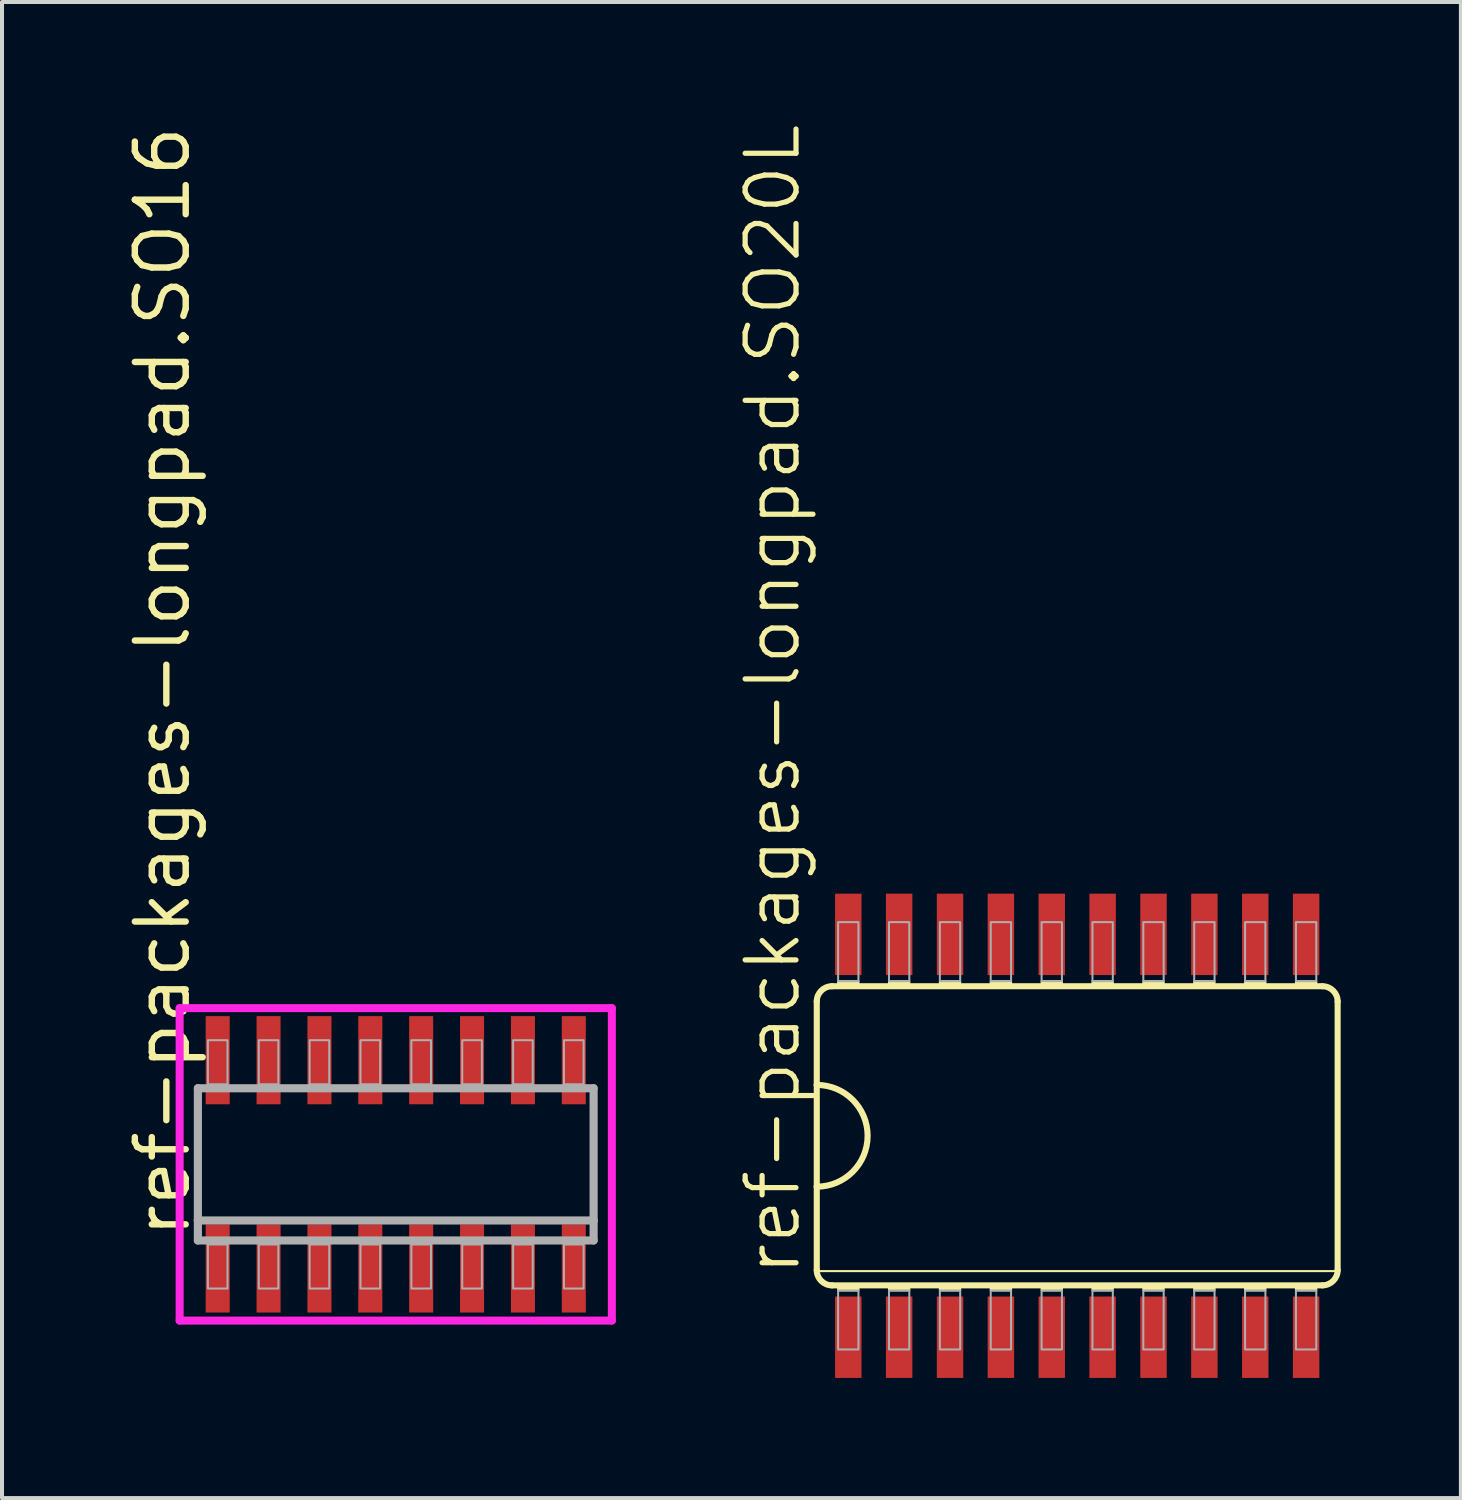
<source format=kicad_pcb>
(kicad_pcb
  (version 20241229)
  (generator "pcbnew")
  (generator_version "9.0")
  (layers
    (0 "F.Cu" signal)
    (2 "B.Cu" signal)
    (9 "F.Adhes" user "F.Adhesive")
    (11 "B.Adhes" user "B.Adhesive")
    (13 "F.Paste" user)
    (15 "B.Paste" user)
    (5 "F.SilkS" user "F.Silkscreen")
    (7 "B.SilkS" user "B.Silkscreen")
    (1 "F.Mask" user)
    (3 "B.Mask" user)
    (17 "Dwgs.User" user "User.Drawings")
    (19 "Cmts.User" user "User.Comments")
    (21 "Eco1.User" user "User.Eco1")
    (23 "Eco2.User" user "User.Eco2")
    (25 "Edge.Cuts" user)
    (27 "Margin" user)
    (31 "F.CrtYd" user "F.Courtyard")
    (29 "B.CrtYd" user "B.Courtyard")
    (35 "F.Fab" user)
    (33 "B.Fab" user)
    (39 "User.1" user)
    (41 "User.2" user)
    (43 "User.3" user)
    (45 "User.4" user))
  (footprint "ref-packages-longpad.SO16"
    (layer "F.Cu")
    (at 6.83 26.019)
    (property "Reference" "ref-packages-longpad.SO16" (at -5.08 1.905 90) (layer "F.SilkS") (effects (font (size 1.27 1.27) (thickness 0.16)) (justify left bottom)))
    (attr smd)
    (fp_line (start -5.395 -3.9) (end 5.395 -3.9) (stroke (width 0.2) (type default)) (layer "F.CrtYd"))
    (fp_line (start -5.395 3.9) (end -5.395 -3.9) (stroke (width 0.2) (type default)) (layer "F.CrtYd"))
    (fp_line (start 5.395 -3.9) (end 5.395 3.9) (stroke (width 0.2) (type default)) (layer "F.CrtYd"))
    (fp_line (start 5.395 3.9) (end -5.395 3.9) (stroke (width 0.2) (type default)) (layer "F.CrtYd"))
    (fp_line (start -4.94 -1.9) (end 4.94 -1.9) (stroke (width 0.203) (type default)) (layer "F.Fab"))
    (fp_line (start -4.94 1.4) (end -4.94 -1.9) (stroke (width 0.203) (type default)) (layer "F.Fab"))
    (fp_line (start -4.94 1.9) (end -4.94 1.4) (stroke (width 0.203) (type default)) (layer "F.Fab"))
    (fp_line (start 4.94 -1.9) (end 4.94 1.4) (stroke (width 0.203) (type default)) (layer "F.Fab"))
    (fp_line (start 4.94 1.4) (end -4.94 1.4) (stroke (width 0.203) (type default)) (layer "F.Fab"))
    (fp_line (start 4.94 1.4) (end 4.94 1.9) (stroke (width 0.203) (type default)) (layer "F.Fab"))
    (fp_line (start 4.94 1.9) (end -4.94 1.9) (stroke (width 0.203) (type default)) (layer "F.Fab"))
    (fp_rect (start -4.69 -2) (end -4.2 -3.1) (stroke (width 0.05) (type default)) (fill no) (layer "F.Fab"))
    (fp_rect (start -4.69 3.1) (end -4.2 2) (stroke (width 0.05) (type default)) (fill no) (layer "F.Fab"))
    (fp_rect (start -3.42 -2) (end -2.93 -3.1) (stroke (width 0.05) (type default)) (fill no) (layer "F.Fab"))
    (fp_rect (start -3.42 3.1) (end -2.93 2) (stroke (width 0.05) (type default)) (fill no) (layer "F.Fab"))
    (fp_rect (start -2.15 -2) (end -1.66 -3.1) (stroke (width 0.05) (type default)) (fill no) (layer "F.Fab"))
    (fp_rect (start -2.15 3.1) (end -1.66 2) (stroke (width 0.05) (type default)) (fill no) (layer "F.Fab"))
    (fp_rect (start -0.88 -2) (end -0.39 -3.1) (stroke (width 0.05) (type default)) (fill no) (layer "F.Fab"))
    (fp_rect (start -0.88 3.1) (end -0.39 2) (stroke (width 0.05) (type default)) (fill no) (layer "F.Fab"))
    (fp_rect (start 0.39 -2) (end 0.88 -3.1) (stroke (width 0.05) (type default)) (fill no) (layer "F.Fab"))
    (fp_rect (start 0.39 3.1) (end 0.88 2) (stroke (width 0.05) (type default)) (fill no) (layer "F.Fab"))
    (fp_rect (start 1.66 -2) (end 2.15 -3.1) (stroke (width 0.05) (type default)) (fill no) (layer "F.Fab"))
    (fp_rect (start 1.66 3.1) (end 2.15 2) (stroke (width 0.05) (type default)) (fill no) (layer "F.Fab"))
    (fp_rect (start 2.93 -2) (end 3.42 -3.1) (stroke (width 0.05) (type default)) (fill no) (layer "F.Fab"))
    (fp_rect (start 2.93 3.1) (end 3.42 2) (stroke (width 0.05) (type default)) (fill no) (layer "F.Fab"))
    (fp_rect (start 4.2 -2) (end 4.69 -3.1) (stroke (width 0.05) (type default)) (fill no) (layer "F.Fab"))
    (fp_rect (start 4.2 3.1) (end 4.69 2) (stroke (width 0.05) (type default)) (fill no) (layer "F.Fab"))
    (pad "1" smd roundrect (at -4.445 2.6) (size 0.6 2.2) (layers "F.Cu" "F.Mask" "F.Paste") (roundrect_rratio 0.01))
    (pad "2" smd roundrect (at -3.175 2.6) (size 0.6 2.2) (layers "F.Cu" "F.Mask" "F.Paste") (roundrect_rratio 0.01))
    (pad "3" smd roundrect (at -1.905 2.6) (size 0.6 2.2) (layers "F.Cu" "F.Mask" "F.Paste") (roundrect_rratio 0.01))
    (pad "4" smd roundrect (at -0.635 2.6) (size 0.6 2.2) (layers "F.Cu" "F.Mask" "F.Paste") (roundrect_rratio 0.01))
    (pad "5" smd roundrect (at 0.635 2.6) (size 0.6 2.2) (layers "F.Cu" "F.Mask" "F.Paste") (roundrect_rratio 0.01))
    (pad "6" smd roundrect (at 1.905 2.6) (size 0.6 2.2) (layers "F.Cu" "F.Mask" "F.Paste") (roundrect_rratio 0.01))
    (pad "7" smd roundrect (at 3.175 2.6) (size 0.6 2.2) (layers "F.Cu" "F.Mask" "F.Paste") (roundrect_rratio 0.01))
    (pad "8" smd roundrect (at 4.445 2.6) (size 0.6 2.2) (layers "F.Cu" "F.Mask" "F.Paste") (roundrect_rratio 0.01))
    (pad "9" smd roundrect (at 4.445 -2.6) (size 0.6 2.2) (layers "F.Cu" "F.Mask" "F.Paste") (roundrect_rratio 0.01))
    (pad "10" smd roundrect (at 3.175 -2.6) (size 0.6 2.2) (layers "F.Cu" "F.Mask" "F.Paste") (roundrect_rratio 0.01))
    (pad "11" smd roundrect (at 1.905 -2.6) (size 0.6 2.2) (layers "F.Cu" "F.Mask" "F.Paste") (roundrect_rratio 0.01))
    (pad "12" smd roundrect (at 0.635 -2.6) (size 0.6 2.2) (layers "F.Cu" "F.Mask" "F.Paste") (roundrect_rratio 0.01))
    (pad "13" smd roundrect (at -0.635 -2.6) (size 0.6 2.2) (layers "F.Cu" "F.Mask" "F.Paste") (roundrect_rratio 0.01))
    (pad "14" smd roundrect (at -1.905 -2.6) (size 0.6 2.2) (layers "F.Cu" "F.Mask" "F.Paste") (roundrect_rratio 0.01))
    (pad "15" smd roundrect (at -3.175 -2.6) (size 0.6 2.2) (layers "F.Cu" "F.Mask" "F.Paste") (roundrect_rratio 0.01))
    (pad "16" smd roundrect (at -4.445 -2.6) (size 0.6 2.2) (layers "F.Cu" "F.Mask" "F.Paste") (roundrect_rratio 0.01)))
  (footprint "ref-packages-longpad.SO20L"
    (layer "F.Cu")
    (at 23.843 25.306)
    (property "Reference" "ref-packages-longpad.SO20L" (at -6.858 3.556 90) (layer "F.SilkS") (effects (font (size 1.27 1.27) (thickness 0.13)) (justify left bottom)))
    (attr smd)
    (fp_line (start -6.502 -3.353) (end -6.502 -1.27) (stroke (width 0.152) (type default)) (layer "F.SilkS"))
    (fp_line (start -6.502 -1.27) (end -6.502 1.27) (stroke (width 0.152) (type default)) (layer "F.SilkS"))
    (fp_line (start -6.502 1.27) (end -6.502 3.353) (stroke (width 0.152) (type default)) (layer "F.SilkS"))
    (fp_line (start -6.477 3.378) (end 6.477 3.378) (stroke (width 0.051) (type default)) (layer "F.SilkS"))
    (fp_line (start -6.121 3.734) (end 6.121 3.734) (stroke (width 0.152) (type default)) (layer "F.SilkS"))
    (fp_line (start 6.121 -3.734) (end -6.121 -3.734) (stroke (width 0.152) (type default)) (layer "F.SilkS"))
    (fp_line (start 6.502 3.353) (end 6.502 -3.353) (stroke (width 0.152) (type default)) (layer "F.SilkS"))
    (fp_rect (start -5.969 -3.734) (end -5.461 -3.861) (stroke (width 0.05) (type default)) (fill yes) (layer "F.SilkS"))
    (fp_rect (start -5.969 3.861) (end -5.461 3.734) (stroke (width 0.05) (type default)) (fill yes) (layer "F.SilkS"))
    (fp_rect (start -4.699 -3.734) (end -4.191 -3.861) (stroke (width 0.05) (type default)) (fill yes) (layer "F.SilkS"))
    (fp_rect (start -4.699 3.861) (end -4.191 3.734) (stroke (width 0.05) (type default)) (fill yes) (layer "F.SilkS"))
    (fp_rect (start -3.429 -3.734) (end -2.921 -3.861) (stroke (width 0.05) (type default)) (fill yes) (layer "F.SilkS"))
    (fp_rect (start -3.429 3.861) (end -2.921 3.734) (stroke (width 0.05) (type default)) (fill yes) (layer "F.SilkS"))
    (fp_rect (start -2.159 -3.734) (end -1.651 -3.861) (stroke (width 0.05) (type default)) (fill yes) (layer "F.SilkS"))
    (fp_rect (start -2.159 3.861) (end -1.651 3.734) (stroke (width 0.05) (type default)) (fill yes) (layer "F.SilkS"))
    (fp_rect (start -0.889 -3.734) (end -0.381 -3.861) (stroke (width 0.05) (type default)) (fill yes) (layer "F.SilkS"))
    (fp_rect (start -0.889 3.861) (end -0.381 3.734) (stroke (width 0.05) (type default)) (fill yes) (layer "F.SilkS"))
    (fp_rect (start 0.381 -3.734) (end 0.889 -3.861) (stroke (width 0.05) (type default)) (fill yes) (layer "F.SilkS"))
    (fp_rect (start 0.381 3.861) (end 0.889 3.734) (stroke (width 0.05) (type default)) (fill yes) (layer "F.SilkS"))
    (fp_rect (start 1.651 -3.734) (end 2.159 -3.861) (stroke (width 0.05) (type default)) (fill yes) (layer "F.SilkS"))
    (fp_rect (start 1.651 3.861) (end 2.159 3.734) (stroke (width 0.05) (type default)) (fill yes) (layer "F.SilkS"))
    (fp_rect (start 2.921 -3.734) (end 3.429 -3.861) (stroke (width 0.05) (type default)) (fill yes) (layer "F.SilkS"))
    (fp_rect (start 2.921 3.861) (end 3.429 3.734) (stroke (width 0.05) (type default)) (fill yes) (layer "F.SilkS"))
    (fp_rect (start 4.191 -3.734) (end 4.699 -3.861) (stroke (width 0.05) (type default)) (fill yes) (layer "F.SilkS"))
    (fp_rect (start 4.191 3.861) (end 4.699 3.734) (stroke (width 0.05) (type default)) (fill yes) (layer "F.SilkS"))
    (fp_rect (start 5.461 -3.734) (end 5.969 -3.861) (stroke (width 0.05) (type default)) (fill yes) (layer "F.SilkS"))
    (fp_rect (start 5.461 3.861) (end 5.969 3.734) (stroke (width 0.05) (type default)) (fill yes) (layer "F.SilkS"))
    (fp_arc (start -6.5024 -3.3528) (mid -6.390808 -3.622208) (end -6.1214 -3.7338) (stroke (width 0.1524) (type default)) (layer "F.SilkS"))
    (fp_arc (start -6.5024 -1.27) (mid -5.2324 0) (end -6.5024 1.27) (stroke (width 0.1524) (type default)) (layer "F.SilkS"))
    (fp_arc (start -6.1214 3.7338) (mid -6.390808 3.622208) (end -6.5024 3.3528) (stroke (width 0.1524) (type default)) (layer "F.SilkS"))
    (fp_arc (start 6.1214 -3.7338) (mid 6.390808 -3.622208) (end 6.5024 -3.3528) (stroke (width 0.1524) (type default)) (layer "F.SilkS"))
    (fp_arc (start 6.5024 3.3528) (mid 6.390808 3.622208) (end 6.1214 3.7338) (stroke (width 0.1524) (type default)) (layer "F.SilkS"))
    (fp_rect (start -5.969 -3.861) (end -5.461 -5.334) (stroke (width 0.05) (type default)) (fill no) (layer "F.Fab"))
    (fp_rect (start -5.969 5.334) (end -5.461 3.861) (stroke (width 0.05) (type default)) (fill no) (layer "F.Fab"))
    (fp_rect (start -4.699 -3.861) (end -4.191 -5.334) (stroke (width 0.05) (type default)) (fill no) (layer "F.Fab"))
    (fp_rect (start -4.699 5.334) (end -4.191 3.861) (stroke (width 0.05) (type default)) (fill no) (layer "F.Fab"))
    (fp_rect (start -3.429 -3.861) (end -2.921 -5.334) (stroke (width 0.05) (type default)) (fill no) (layer "F.Fab"))
    (fp_rect (start -3.429 5.334) (end -2.921 3.861) (stroke (width 0.05) (type default)) (fill no) (layer "F.Fab"))
    (fp_rect (start -2.159 -3.861) (end -1.651 -5.334) (stroke (width 0.05) (type default)) (fill no) (layer "F.Fab"))
    (fp_rect (start -2.159 5.334) (end -1.651 3.861) (stroke (width 0.05) (type default)) (fill no) (layer "F.Fab"))
    (fp_rect (start -0.889 -3.861) (end -0.381 -5.334) (stroke (width 0.05) (type default)) (fill no) (layer "F.Fab"))
    (fp_rect (start -0.889 5.334) (end -0.381 3.861) (stroke (width 0.05) (type default)) (fill no) (layer "F.Fab"))
    (fp_rect (start 0.381 -3.861) (end 0.889 -5.334) (stroke (width 0.05) (type default)) (fill no) (layer "F.Fab"))
    (fp_rect (start 0.381 5.334) (end 0.889 3.861) (stroke (width 0.05) (type default)) (fill no) (layer "F.Fab"))
    (fp_rect (start 1.651 -3.861) (end 2.159 -5.334) (stroke (width 0.05) (type default)) (fill no) (layer "F.Fab"))
    (fp_rect (start 1.651 5.334) (end 2.159 3.861) (stroke (width 0.05) (type default)) (fill no) (layer "F.Fab"))
    (fp_rect (start 2.921 -3.861) (end 3.429 -5.334) (stroke (width 0.05) (type default)) (fill no) (layer "F.Fab"))
    (fp_rect (start 2.921 5.334) (end 3.429 3.861) (stroke (width 0.05) (type default)) (fill no) (layer "F.Fab"))
    (fp_rect (start 4.191 -3.861) (end 4.699 -5.334) (stroke (width 0.05) (type default)) (fill no) (layer "F.Fab"))
    (fp_rect (start 4.191 5.334) (end 4.699 3.861) (stroke (width 0.05) (type default)) (fill no) (layer "F.Fab"))
    (fp_rect (start 5.461 -3.861) (end 5.969 -5.334) (stroke (width 0.05) (type default)) (fill no) (layer "F.Fab"))
    (fp_rect (start 5.461 5.334) (end 5.969 3.861) (stroke (width 0.05) (type default)) (fill no) (layer "F.Fab"))
    (pad "1" smd roundrect (at -5.715 5.029) (size 0.66 2.032) (layers "F.Cu" "F.Mask" "F.Paste") (roundrect_rratio 0.01))
    (pad "2" smd roundrect (at -4.445 5.029) (size 0.66 2.032) (layers "F.Cu" "F.Mask" "F.Paste") (roundrect_rratio 0.01))
    (pad "3" smd roundrect (at -3.175 5.029) (size 0.66 2.032) (layers "F.Cu" "F.Mask" "F.Paste") (roundrect_rratio 0.01))
    (pad "4" smd roundrect (at -1.905 5.029) (size 0.66 2.032) (layers "F.Cu" "F.Mask" "F.Paste") (roundrect_rratio 0.01))
    (pad "5" smd roundrect (at -0.635 5.029) (size 0.66 2.032) (layers "F.Cu" "F.Mask" "F.Paste") (roundrect_rratio 0.01))
    (pad "6" smd roundrect (at 0.635 5.029) (size 0.66 2.032) (layers "F.Cu" "F.Mask" "F.Paste") (roundrect_rratio 0.01))
    (pad "7" smd roundrect (at 1.905 5.029) (size 0.66 2.032) (layers "F.Cu" "F.Mask" "F.Paste") (roundrect_rratio 0.01))
    (pad "8" smd roundrect (at 3.175 5.029) (size 0.66 2.032) (layers "F.Cu" "F.Mask" "F.Paste") (roundrect_rratio 0.01))
    (pad "9" smd roundrect (at 4.445 5.029) (size 0.66 2.032) (layers "F.Cu" "F.Mask" "F.Paste") (roundrect_rratio 0.01))
    (pad "10" smd roundrect (at 5.715 5.029) (size 0.66 2.032) (layers "F.Cu" "F.Mask" "F.Paste") (roundrect_rratio 0.01))
    (pad "11" smd roundrect (at 5.715 -5.029) (size 0.66 2.032) (layers "F.Cu" "F.Mask" "F.Paste") (roundrect_rratio 0.01))
    (pad "12" smd roundrect (at 4.445 -5.029) (size 0.66 2.032) (layers "F.Cu" "F.Mask" "F.Paste") (roundrect_rratio 0.01))
    (pad "13" smd roundrect (at 3.175 -5.029) (size 0.66 2.032) (layers "F.Cu" "F.Mask" "F.Paste") (roundrect_rratio 0.01))
    (pad "14" smd roundrect (at 1.905 -5.029) (size 0.66 2.032) (layers "F.Cu" "F.Mask" "F.Paste") (roundrect_rratio 0.01))
    (pad "15" smd roundrect (at 0.635 -5.029) (size 0.66 2.032) (layers "F.Cu" "F.Mask" "F.Paste") (roundrect_rratio 0.01))
    (pad "16" smd roundrect (at -0.635 -5.029) (size 0.66 2.032) (layers "F.Cu" "F.Mask" "F.Paste") (roundrect_rratio 0.01))
    (pad "17" smd roundrect (at -1.905 -5.029) (size 0.66 2.032) (layers "F.Cu" "F.Mask" "F.Paste") (roundrect_rratio 0.01))
    (pad "18" smd roundrect (at -3.175 -5.029) (size 0.66 2.032) (layers "F.Cu" "F.Mask" "F.Paste") (roundrect_rratio 0.01))
    (pad "19" smd roundrect (at -4.445 -5.029) (size 0.66 2.032) (layers "F.Cu" "F.Mask" "F.Paste") (roundrect_rratio 0.01))
    (pad "20" smd roundrect (at -5.715 -5.029) (size 0.66 2.032) (layers "F.Cu" "F.Mask" "F.Paste") (roundrect_rratio 0.01)))
  (gr_rect
    (start -3 -3)
    (end 33.422 34.351)
    (stroke (width 0.1) (type default))
    (fill no)
    (layer "Edge.Cuts")))
</source>
